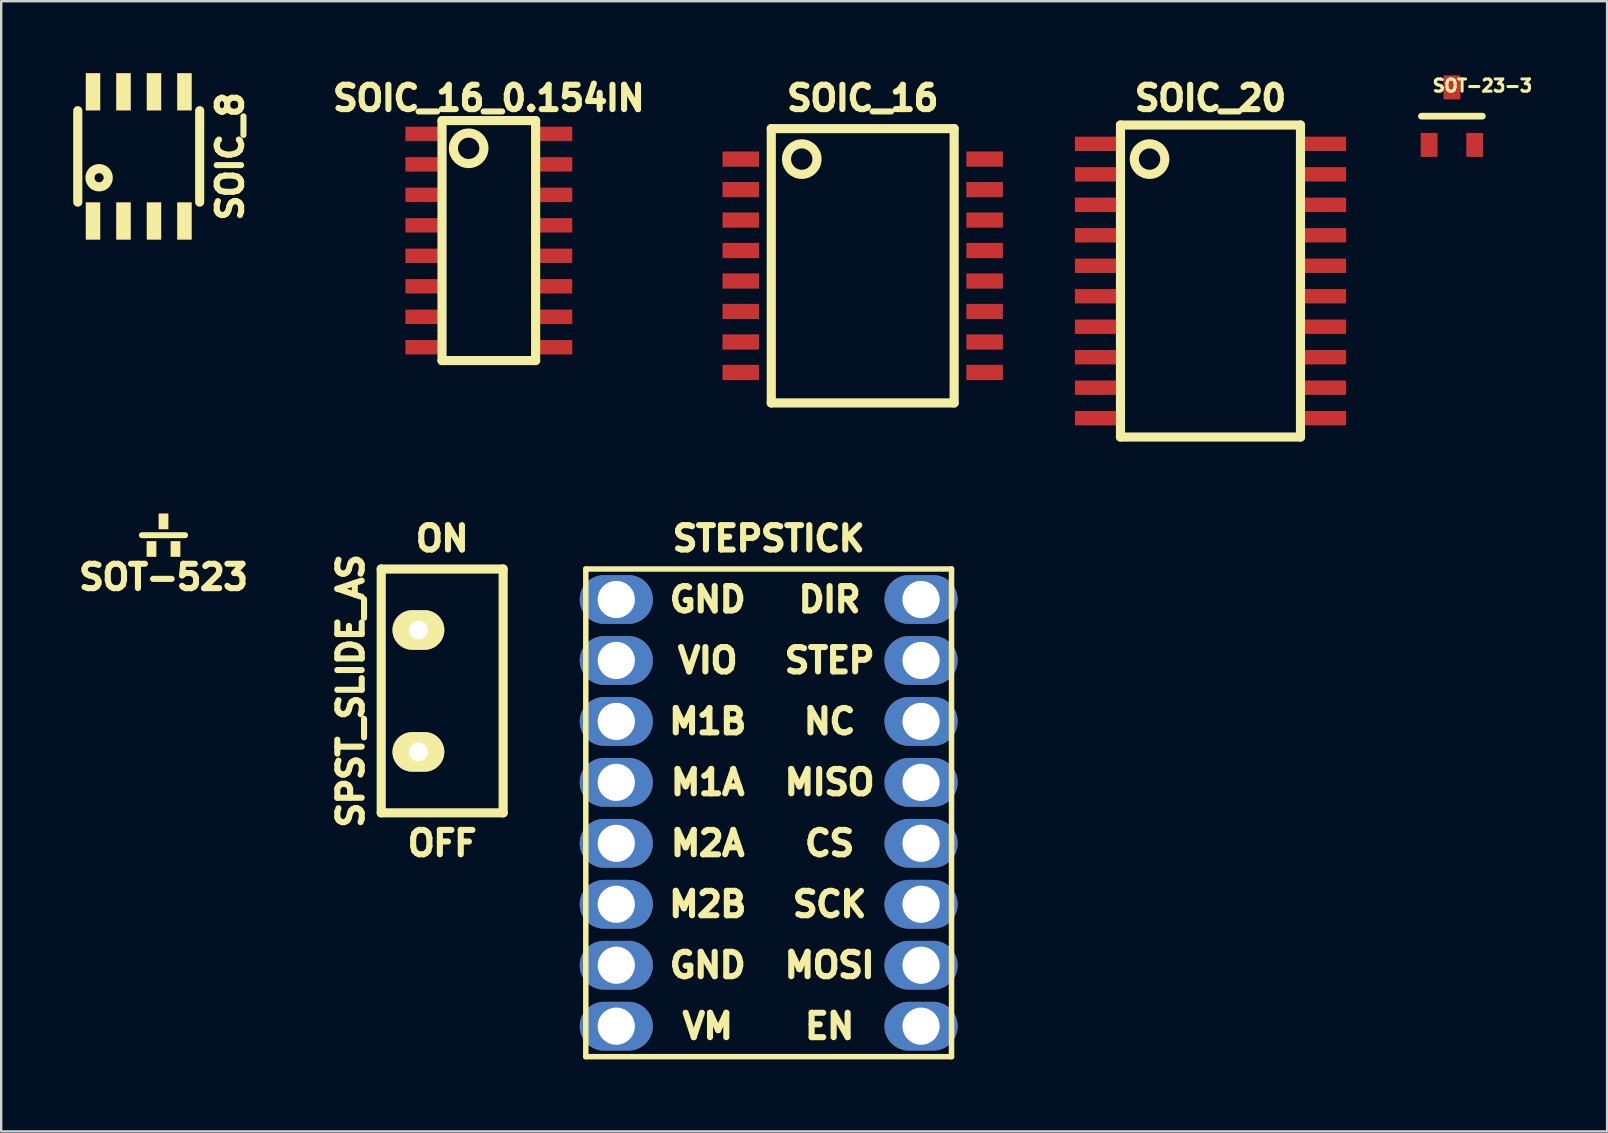
<source format=kicad_pcb>
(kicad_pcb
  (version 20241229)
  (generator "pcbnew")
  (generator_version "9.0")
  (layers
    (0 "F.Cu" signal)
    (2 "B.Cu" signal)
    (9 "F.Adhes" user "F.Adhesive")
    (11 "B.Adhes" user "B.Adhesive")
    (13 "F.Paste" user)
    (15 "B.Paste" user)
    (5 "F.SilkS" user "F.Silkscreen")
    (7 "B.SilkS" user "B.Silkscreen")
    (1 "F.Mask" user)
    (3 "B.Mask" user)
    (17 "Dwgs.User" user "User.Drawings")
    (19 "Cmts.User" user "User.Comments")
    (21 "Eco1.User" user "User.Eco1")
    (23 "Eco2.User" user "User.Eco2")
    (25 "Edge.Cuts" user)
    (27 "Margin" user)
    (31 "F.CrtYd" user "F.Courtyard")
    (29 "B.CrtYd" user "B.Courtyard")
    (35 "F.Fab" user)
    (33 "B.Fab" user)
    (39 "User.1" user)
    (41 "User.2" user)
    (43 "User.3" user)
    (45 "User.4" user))
  (footprint "SOIC_16"
    (layer "F.Cu")
    (at 32.899 7.39)
    (property "Reference" "SOIC_16" (at 0 -6.35 0) (layer "F.SilkS") (effects (font (size 1.016 1.016) (thickness 0.254))))
    (attr through_hole)
    (fp_line (start -3.81 -5.08) (end -3.81 6.35) (stroke (width 0.381) (type solid)) (layer "F.SilkS"))
    (fp_line (start -3.81 6.35) (end 3.81 6.35) (stroke (width 0.381) (type solid)) (layer "F.SilkS"))
    (fp_line (start 3.81 -5.08) (end -3.81 -5.08) (stroke (width 0.381) (type solid)) (layer "F.SilkS"))
    (fp_line (start 3.81 6.35) (end 3.81 -5.08) (stroke (width 0.381) (type solid)) (layer "F.SilkS"))
    (fp_circle (center -2.54 -3.81) (end -2.54 -4.445) (stroke (width 0.381) (type solid)) (fill no) (layer "F.SilkS"))
    (pad "1" smd rect (at -5.08 -3.81) (size 1.524 0.635) (layers "F.Cu" "F.Mask" "F.Paste"))
    (pad "2" smd rect (at -5.08 -2.54) (size 1.524 0.635) (layers "F.Cu" "F.Mask" "F.Paste"))
    (pad "3" smd rect (at -5.08 -1.27) (size 1.524 0.635) (layers "F.Cu" "F.Mask" "F.Paste"))
    (pad "4" smd rect (at -5.08 0) (size 1.524 0.635) (layers "F.Cu" "F.Mask" "F.Paste"))
    (pad "5" smd rect (at -5.08 1.27) (size 1.524 0.635) (layers "F.Cu" "F.Mask" "F.Paste"))
    (pad "6" smd rect (at -5.08 2.54) (size 1.524 0.635) (layers "F.Cu" "F.Mask" "F.Paste"))
    (pad "7" smd rect (at -5.08 3.81) (size 1.524 0.635) (layers "F.Cu" "F.Mask" "F.Paste"))
    (pad "8" smd rect (at -5.08 5.08) (size 1.524 0.635) (layers "F.Cu" "F.Mask" "F.Paste"))
    (pad "9" smd rect (at 5.08 5.08) (size 1.524 0.635) (layers "F.Cu" "F.Mask" "F.Paste"))
    (pad "10" smd rect (at 5.08 3.81) (size 1.524 0.635) (layers "F.Cu" "F.Mask" "F.Paste"))
    (pad "11" smd rect (at 5.08 2.54) (size 1.524 0.635) (layers "F.Cu" "F.Mask" "F.Paste"))
    (pad "12" smd rect (at 5.08 1.27) (size 1.524 0.635) (layers "F.Cu" "F.Mask" "F.Paste"))
    (pad "13" smd rect (at 5.08 0) (size 1.524 0.635) (layers "F.Cu" "F.Mask" "F.Paste"))
    (pad "14" smd rect (at 5.08 -1.27) (size 1.524 0.635) (layers "F.Cu" "F.Mask" "F.Paste"))
    (pad "15" smd rect (at 5.08 -2.54) (size 1.524 0.635) (layers "F.Cu" "F.Mask" "F.Paste"))
    (pad "16" smd rect (at 5.08 -3.81) (size 1.524 0.635) (layers "F.Cu" "F.Mask" "F.Paste")))
  (footprint "SOT-23-3"
    (layer "F.Cu")
    (at 57.451 1.79)
    (property "Reference" "SOT-23-3" (at 1.27 -1.27 0) (layer "F.SilkS") (effects (font (size 0.508 0.508) (thickness 0.127))))
    (attr through_hole)
    (fp_line (start -1.27 0) (end 1.27 0) (stroke (width 0.279) (type solid)) (layer "F.SilkS"))
    (pad "1" smd rect (at -0.95 1.199) (size 0.701 1.001) (layers "F.Cu" "F.Mask" "F.Paste"))
    (pad "2" smd rect (at 0.95 1.199) (size 0.701 1.001) (layers "F.Cu" "F.Mask" "F.Paste"))
    (pad "3" smd rect (at 0 -1.199) (size 0.701 1.001) (layers "F.Cu" "F.Mask" "F.Paste")))
  (footprint "SOT-523"
    (layer "F.Cu")
    (at 3.763 19.251)
    (property "Reference" "SOT-523" (at 0 1.75 0) (layer "F.SilkS") (effects (font (size 1.016 1.016) (thickness 0.254))))
    (attr through_hole)
    (fp_line (start -0.9 0) (end 0.9 0) (stroke (width 0.25) (type solid)) (layer "F.SilkS"))
    (pad "1" smd rect (at -0.5 0.575) (size 0.4 0.65) (layers "F.Cu" "F.Mask" "F.SilkS"))
    (pad "2" smd rect (at 0.5 0.575) (size 0.4 0.65) (layers "F.Cu" "F.Mask" "F.SilkS"))
    (pad "3" smd rect (at 0 -0.575) (size 0.4 0.65) (layers "F.Cu" "F.Mask" "F.SilkS")))
  (footprint "SOIC_8"
    (layer "F.Cu")
    (at 2.731 3.467)
    (property "Reference" "SOIC_8" (at 3.81 0 90) (layer "F.SilkS") (effects (font (size 1.016 1.016) (thickness 0.254))))
    (attr through_hole)
    (fp_line (start -2.54 -1.905) (end -2.54 1.905) (stroke (width 0.381) (type solid)) (layer "F.SilkS"))
    (fp_line (start 2.54 -1.905) (end 2.54 1.905) (stroke (width 0.381) (type solid)) (layer "F.SilkS"))
    (fp_circle (center -1.651 0.889) (end -1.651 0.508) (stroke (width 0.381) (type solid)) (fill no) (layer "F.SilkS"))
    (pad "1" smd rect (at -1.905 2.692) (size 0.599 1.549) (layers "F.Cu" "F.Mask" "F.SilkS"))
    (pad "2" smd rect (at -0.635 2.692) (size 0.599 1.549) (layers "F.Cu" "F.Mask" "F.SilkS"))
    (pad "3" smd rect (at 0.635 2.692) (size 0.599 1.549) (layers "F.Cu" "F.Mask" "F.SilkS"))
    (pad "4" smd rect (at 1.905 2.692) (size 0.599 1.549) (layers "F.Cu" "F.Mask" "F.SilkS"))
    (pad "5" smd rect (at 1.905 -2.692) (size 0.599 1.549) (layers "F.Cu" "F.Mask" "F.SilkS"))
    (pad "6" smd rect (at 0.635 -2.692) (size 0.599 1.549) (layers "F.Cu" "F.Mask" "F.SilkS"))
    (pad "7" smd rect (at -0.635 -2.692) (size 0.599 1.549) (layers "F.Cu" "F.Mask" "F.SilkS"))
    (pad "8" smd rect (at -1.905 -2.692) (size 0.599 1.549) (layers "F.Cu" "F.Mask" "F.SilkS")))
  (footprint "SOIC_16_0.154IN"
    (layer "F.Cu")
    (at 17.319 6.34)
    (property "Reference" "SOIC_16_0.154IN" (at 0 -5.3 0) (layer "F.SilkS") (effects (font (size 1.016 1.016) (thickness 0.254))))
    (attr through_hole)
    (fp_line (start -1.95 -4.365) (end -1.95 5.635) (stroke (width 0.381) (type solid)) (layer "F.SilkS"))
    (fp_line (start -1.95 5.635) (end 1.95 5.635) (stroke (width 0.381) (type solid)) (layer "F.SilkS"))
    (fp_line (start 1.95 -4.365) (end -1.95 -4.365) (stroke (width 0.381) (type solid)) (layer "F.SilkS"))
    (fp_line (start 1.95 5.635) (end 1.95 -4.365) (stroke (width 0.381) (type solid)) (layer "F.SilkS"))
    (fp_circle (center -0.84 -3.21) (end -0.84 -3.845) (stroke (width 0.381) (type solid)) (fill no) (layer "F.SilkS"))
    (pad "1" smd rect (at -2.7 -3.81) (size 1.55 0.6) (layers "F.Cu" "F.Mask" "F.Paste"))
    (pad "2" smd rect (at -2.7 -2.54) (size 1.55 0.6) (layers "F.Cu" "F.Mask" "F.Paste"))
    (pad "3" smd rect (at -2.7 -1.27) (size 1.55 0.6) (layers "F.Cu" "F.Mask" "F.Paste"))
    (pad "4" smd rect (at -2.7 0) (size 1.55 0.6) (layers "F.Cu" "F.Mask" "F.Paste"))
    (pad "5" smd rect (at -2.7 1.27) (size 1.55 0.6) (layers "F.Cu" "F.Mask" "F.Paste"))
    (pad "6" smd rect (at -2.7 2.54) (size 1.55 0.6) (layers "F.Cu" "F.Mask" "F.Paste"))
    (pad "7" smd rect (at -2.7 3.81) (size 1.55 0.6) (layers "F.Cu" "F.Mask" "F.Paste"))
    (pad "8" smd rect (at -2.7 5.08) (size 1.55 0.6) (layers "F.Cu" "F.Mask" "F.Paste"))
    (pad "9" smd rect (at 2.7 5.08) (size 1.55 0.6) (layers "F.Cu" "F.Mask" "F.Paste"))
    (pad "10" smd rect (at 2.7 3.81) (size 1.55 0.6) (layers "F.Cu" "F.Mask" "F.Paste"))
    (pad "11" smd rect (at 2.7 2.54) (size 1.55 0.6) (layers "F.Cu" "F.Mask" "F.Paste"))
    (pad "12" smd rect (at 2.7 1.27) (size 1.55 0.6) (layers "F.Cu" "F.Mask" "F.Paste"))
    (pad "13" smd rect (at 2.7 0) (size 1.55 0.6) (layers "F.Cu" "F.Mask" "F.Paste"))
    (pad "14" smd rect (at 2.7 -1.27) (size 1.55 0.6) (layers "F.Cu" "F.Mask" "F.Paste"))
    (pad "15" smd rect (at 2.7 -2.54) (size 1.55 0.6) (layers "F.Cu" "F.Mask" "F.Paste"))
    (pad "16" smd rect (at 2.7 -3.81) (size 1.55 0.6) (layers "F.Cu" "F.Mask" "F.Paste")))
  (footprint "SPST_SLIDE_AS"
    (layer "F.Cu")
    (at 15.376 25.741)
    (property "Reference" "SPST_SLIDE_AS" (at -3.81 0 90) (layer "F.SilkS") (effects (font (size 1.016 1.016) (thickness 0.254))))
    (attr through_hole)
    (fp_line (start -2.54 -5.08) (end 2.54 -5.08) (stroke (width 0.381) (type solid)) (layer "F.SilkS"))
    (fp_line (start -2.54 5.08) (end -2.54 -5.08) (stroke (width 0.381) (type solid)) (layer "F.SilkS"))
    (fp_line (start 2.54 -5.08) (end 2.54 5.08) (stroke (width 0.381) (type solid)) (layer "F.SilkS"))
    (fp_line (start 2.54 5.08) (end -2.54 5.08) (stroke (width 0.381) (type solid)) (layer "F.SilkS"))
    (fp_text user "OFF" (at 0 6.35 0) (layer "F.SilkS") (effects (font (size 1.016 1.016) (thickness 0.254))))
    (fp_text user "ON" (at 0 -6.35 0) (layer "F.SilkS") (effects (font (size 1.016 1.016) (thickness 0.254))))
    (pad "1" thru_hole oval (at -0.991 -2.54) (size 2.159 1.651) (drill 0.787) (layers "*.Cu" "*.Mask" "F.SilkS"))
    (pad "3" thru_hole oval (at -0.991 2.54) (size 2.159 1.651) (drill 0.787) (layers "*.Cu" "*.Mask" "F.SilkS")))
  (footprint "SOIC_20"
    (layer "F.Cu")
    (at 47.391 8.66)
    (property "Reference" "SOIC_20" (at 0 -7.62 0) (layer "F.SilkS") (effects (font (size 1.016 1.016) (thickness 0.254))))
    (attr through_hole)
    (fp_line (start -3.75 -6.5) (end -3.75 6.5) (stroke (width 0.381) (type solid)) (layer "F.SilkS"))
    (fp_line (start -3.75 6.5) (end 3.75 6.5) (stroke (width 0.381) (type solid)) (layer "F.SilkS"))
    (fp_line (start 3.75 -6.5) (end -3.75 -6.5) (stroke (width 0.381) (type solid)) (layer "F.SilkS"))
    (fp_line (start 3.75 6.5) (end 3.75 -6.5) (stroke (width 0.381) (type solid)) (layer "F.SilkS"))
    (fp_circle (center -2.54 -5.08) (end -2.54 -5.715) (stroke (width 0.381) (type solid)) (fill no) (layer "F.SilkS"))
    (pad "1" smd rect (at -4.65 -5.715) (size 2 0.6) (layers "F.Cu" "F.Mask" "F.Paste"))
    (pad "2" smd rect (at -4.65 -4.445) (size 2 0.6) (layers "F.Cu" "F.Mask" "F.Paste"))
    (pad "3" smd rect (at -4.65 -3.175) (size 2 0.6) (layers "F.Cu" "F.Mask" "F.Paste"))
    (pad "4" smd rect (at -4.65 -1.905) (size 2 0.6) (layers "F.Cu" "F.Mask" "F.Paste"))
    (pad "5" smd rect (at -4.65 -0.635) (size 2 0.6) (layers "F.Cu" "F.Mask" "F.Paste"))
    (pad "6" smd rect (at -4.65 0.635) (size 2 0.6) (layers "F.Cu" "F.Mask" "F.Paste"))
    (pad "7" smd rect (at -4.65 1.905) (size 2 0.6) (layers "F.Cu" "F.Mask" "F.Paste"))
    (pad "8" smd rect (at -4.65 3.175) (size 2 0.6) (layers "F.Cu" "F.Mask" "F.Paste"))
    (pad "9" smd rect (at -4.65 4.445) (size 2 0.6) (layers "F.Cu" "F.Mask" "F.Paste"))
    (pad "10" smd rect (at -4.65 5.715) (size 2 0.6) (layers "F.Cu" "F.Mask" "F.Paste"))
    (pad "11" smd rect (at 4.65 5.715) (size 2 0.6) (layers "F.Cu" "F.Mask" "F.Paste"))
    (pad "12" smd rect (at 4.65 4.445) (size 2 0.6) (layers "F.Cu" "F.Mask" "F.Paste"))
    (pad "13" smd rect (at 4.65 3.175) (size 2 0.6) (layers "F.Cu" "F.Mask" "F.Paste"))
    (pad "14" smd rect (at 4.65 1.905) (size 2 0.6) (layers "F.Cu" "F.Mask" "F.Paste"))
    (pad "15" smd rect (at 4.65 0.635) (size 2 0.6) (layers "F.Cu" "F.Mask" "F.Paste"))
    (pad "16" smd rect (at 4.65 -0.635) (size 2 0.6) (layers "F.Cu" "F.Mask" "F.Paste"))
    (pad "17" smd rect (at 4.65 -1.905) (size 2 0.6) (layers "F.Cu" "F.Mask" "F.Paste"))
    (pad "18" smd rect (at 4.65 -3.175) (size 2 0.6) (layers "F.Cu" "F.Mask" "F.Paste"))
    (pad "19" smd rect (at 4.65 -4.445) (size 2 0.6) (layers "F.Cu" "F.Mask" "F.Paste"))
    (pad "20" smd rect (at 4.65 -5.715) (size 2 0.6) (layers "F.Cu" "F.Mask" "F.Paste")))
  (footprint "STEPSTICK"
    (layer "F.Cu")
    (at 28.98 30.821)
    (property "Reference" "STEPSTICK" (at 0 -11.43 0) (layer "F.SilkS") (effects (font (size 1.016 1.016) (thickness 0.254))))
    (attr through_hole)
    (fp_line (start -7.62 -10.16) (end -7.62 10.16) (stroke (width 0.229) (type solid)) (layer "F.SilkS"))
    (fp_line (start -7.62 10.16) (end 7.62 10.16) (stroke (width 0.229) (type solid)) (layer "F.SilkS"))
    (fp_line (start 7.62 -10.16) (end -7.62 -10.16) (stroke (width 0.229) (type solid)) (layer "F.SilkS"))
    (fp_line (start 7.62 10.16) (end 7.62 -10.16) (stroke (width 0.229) (type solid)) (layer "F.SilkS"))
    (fp_text user "MOSI" (at 2.54 6.35 0) (layer "F.SilkS") (effects (font (size 1.016 1.016) (thickness 0.254))))
    (fp_text user "MISO" (at 2.54 -1.27 0) (layer "F.SilkS") (effects (font (size 1.016 1.016) (thickness 0.254))))
    (fp_text user "STEP" (at 2.54 -6.35 0) (layer "F.SilkS") (effects (font (size 1.016 1.016) (thickness 0.254))))
    (fp_text user "M2B" (at -2.54 3.81 0) (layer "F.SilkS") (effects (font (size 1.016 1.016) (thickness 0.254))))
    (fp_text user "NC" (at 2.54 -3.81 0) (layer "F.SilkS") (effects (font (size 1.016 1.016) (thickness 0.254))))
    (fp_text user "SCK" (at 2.54 3.81 0) (layer "F.SilkS") (effects (font (size 1.016 1.016) (thickness 0.254))))
    (fp_text user "VM" (at -2.54 8.89 0) (layer "F.SilkS") (effects (font (size 1.016 1.016) (thickness 0.254))))
    (fp_text user "GND" (at -2.54 -8.89 0) (layer "F.SilkS") (effects (font (size 1.016 1.016) (thickness 0.254))))
    (fp_text user "EN" (at 2.54 8.89 0) (layer "F.SilkS") (effects (font (size 1.016 1.016) (thickness 0.254))))
    (fp_text user "M1B" (at -2.54 -3.81 0) (layer "F.SilkS") (effects (font (size 1.016 1.016) (thickness 0.254))))
    (fp_text user "CS" (at 2.54 1.27 0) (layer "F.SilkS") (effects (font (size 1.016 1.016) (thickness 0.254))))
    (fp_text user "DIR" (at 2.54 -8.89 0) (layer "F.SilkS") (effects (font (size 1.016 1.016) (thickness 0.254))))
    (fp_text user "M1A" (at -2.54 -1.27 0) (layer "F.SilkS") (effects (font (size 1.016 1.016) (thickness 0.254))))
    (fp_text user "M2A" (at -2.54 1.27 0) (layer "F.SilkS") (effects (font (size 1.016 1.016) (thickness 0.254))))
    (fp_text user "VIO" (at -2.54 -6.35 0) (layer "F.SilkS") (effects (font (size 1.016 1.016) (thickness 0.254))))
    (fp_text user "GND" (at -2.54 6.35 0) (layer "F.SilkS") (effects (font (size 1.016 1.016) (thickness 0.254))))
    (pad "1" thru_hole oval (at 6.35 -8.89) (size 3.048 2.032) (drill 1.549) (layers "*.Cu" "*.Mask"))
    (pad "2" thru_hole oval (at 6.35 -6.35) (size 3.048 2.032) (drill 1.549) (layers "*.Cu" "*.Mask"))
    (pad "3" thru_hole oval (at 6.35 -3.81) (size 3.048 2.032) (drill 1.549) (layers "*.Cu" "*.Mask"))
    (pad "4" thru_hole oval (at 6.35 -1.27) (size 3.048 2.032) (drill 1.549) (layers "*.Cu" "*.Mask"))
    (pad "5" thru_hole oval (at 6.35 1.27) (size 3.048 2.032) (drill 1.549) (layers "*.Cu" "*.Mask"))
    (pad "6" thru_hole oval (at 6.35 3.81) (size 3.048 2.032) (drill 1.549) (layers "*.Cu" "*.Mask"))
    (pad "7" thru_hole oval (at 6.35 6.35) (size 3.048 2.032) (drill 1.549) (layers "*.Cu" "*.Mask"))
    (pad "8" thru_hole oval (at 6.35 8.89) (size 3.048 2.032) (drill 1.549) (layers "*.Cu" "*.Mask"))
    (pad "9" thru_hole oval (at -6.35 8.89) (size 3.048 2.032) (drill 1.549) (layers "*.Cu" "*.Mask"))
    (pad "10" thru_hole oval (at -6.35 6.35) (size 3.048 2.032) (drill 1.549) (layers "*.Cu" "*.Mask"))
    (pad "11" thru_hole oval (at -6.35 3.81) (size 3.048 2.032) (drill 1.549) (layers "*.Cu" "*.Mask"))
    (pad "12" thru_hole oval (at -6.35 1.27) (size 3.048 2.032) (drill 1.549) (layers "*.Cu" "*.Mask"))
    (pad "13" thru_hole oval (at -6.35 -1.27) (size 3.048 2.032) (drill 1.549) (layers "*.Cu" "*.Mask"))
    (pad "14" thru_hole oval (at -6.35 -3.81) (size 3.048 2.032) (drill 1.549) (layers "*.Cu" "*.Mask"))
    (pad "15" thru_hole oval (at -6.35 -6.35) (size 3.048 2.032) (drill 1.549) (layers "*.Cu" "*.Mask"))
    (pad "16" thru_hole oval (at -6.35 -8.89) (size 3.048 2.032) (drill 1.549) (layers "*.Cu" "*.Mask")))
  (gr_rect
    (start -3 -3)
    (end 63.917 44.095)
    (stroke (width 0.1) (type default))
    (fill no)
    (layer "Edge.Cuts")))
</source>
